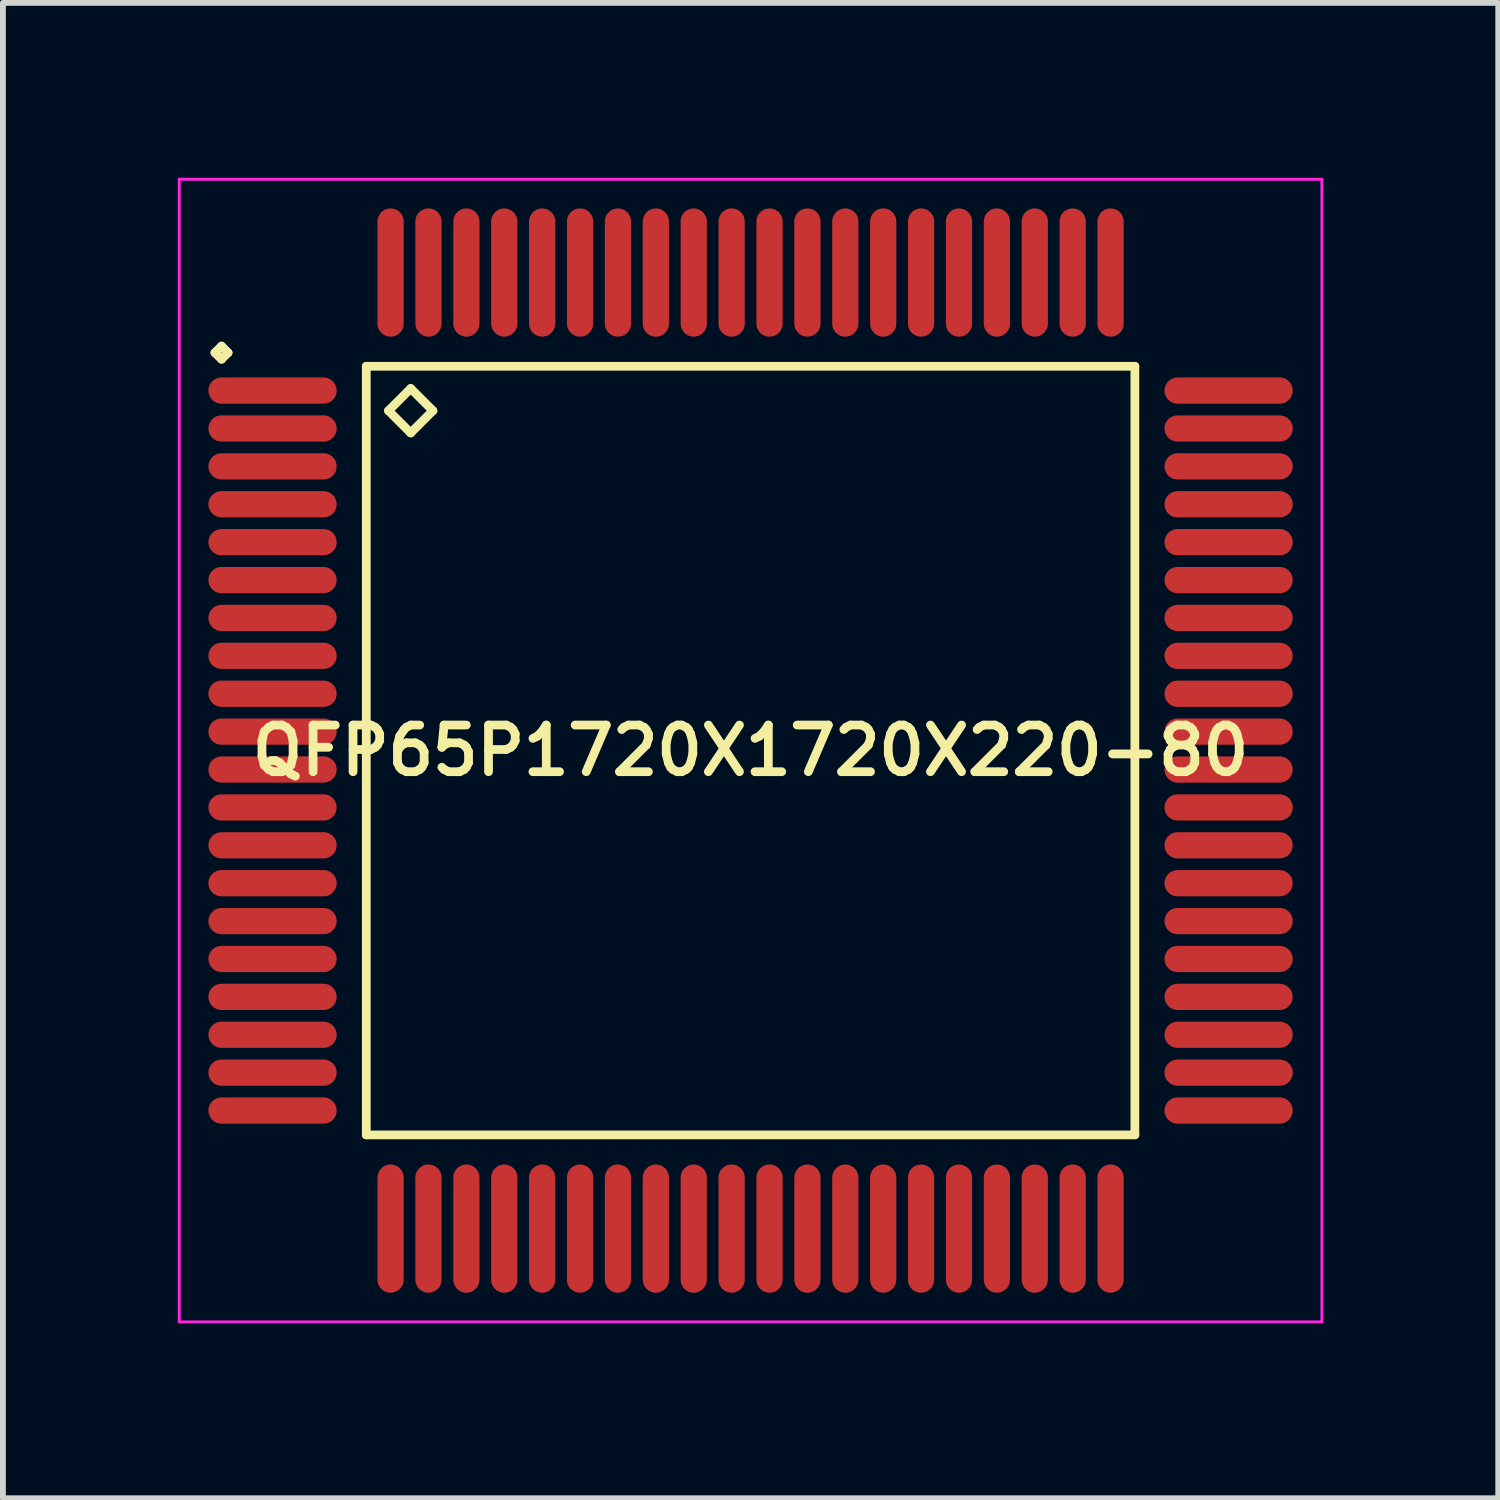
<source format=kicad_pcb>
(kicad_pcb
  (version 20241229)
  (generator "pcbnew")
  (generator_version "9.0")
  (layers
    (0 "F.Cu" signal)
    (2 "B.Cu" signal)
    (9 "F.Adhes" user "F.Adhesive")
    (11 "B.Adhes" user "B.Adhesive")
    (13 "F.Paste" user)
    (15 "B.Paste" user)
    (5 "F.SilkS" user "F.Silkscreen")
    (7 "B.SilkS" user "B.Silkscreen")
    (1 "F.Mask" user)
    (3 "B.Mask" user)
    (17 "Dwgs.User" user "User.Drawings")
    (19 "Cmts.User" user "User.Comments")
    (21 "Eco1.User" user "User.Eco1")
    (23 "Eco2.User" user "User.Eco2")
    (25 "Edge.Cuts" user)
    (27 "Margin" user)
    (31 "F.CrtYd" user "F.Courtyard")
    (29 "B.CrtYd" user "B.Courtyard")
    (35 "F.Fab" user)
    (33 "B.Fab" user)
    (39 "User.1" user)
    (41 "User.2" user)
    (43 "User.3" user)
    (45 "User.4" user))
  (footprint "QFP65P1720X1720X220-80"
    (layer "F.Cu")
    (at 9.825 9.825)
    (property "Reference" "QFP65P1720X1720X220-80" (at 0 0 0) (layer "F.SilkS") (effects (font (size 0.8 0.8) (thickness 0.15))))
    (attr smd)
    (fp_line (start -9.188 -6.825) (end -9.075 -6.938) (stroke (width 0.15) (type solid)) (layer "F.SilkS"))
    (fp_line (start -9.075 -6.938) (end -8.963 -6.825) (stroke (width 0.15) (type solid)) (layer "F.SilkS"))
    (fp_line (start -9.075 -6.713) (end -9.188 -6.825) (stroke (width 0.15) (type solid)) (layer "F.SilkS"))
    (fp_line (start -8.963 -6.825) (end -9.075 -6.713) (stroke (width 0.15) (type solid)) (layer "F.SilkS"))
    (fp_line (start -6.592 -6.592) (end -6.592 6.592) (stroke (width 0.15) (type solid)) (layer "F.SilkS"))
    (fp_line (start -6.592 6.592) (end 6.592 6.592) (stroke (width 0.15) (type solid)) (layer "F.SilkS"))
    (fp_line (start -6.211 -5.83) (end -5.83 -6.211) (stroke (width 0.15) (type solid)) (layer "F.SilkS"))
    (fp_line (start -5.83 -6.211) (end -5.449 -5.83) (stroke (width 0.15) (type solid)) (layer "F.SilkS"))
    (fp_line (start -5.83 -5.449) (end -6.211 -5.83) (stroke (width 0.15) (type solid)) (layer "F.SilkS"))
    (fp_line (start -5.449 -5.83) (end -5.83 -5.449) (stroke (width 0.15) (type solid)) (layer "F.SilkS"))
    (fp_line (start 6.592 -6.592) (end -6.592 -6.592) (stroke (width 0.15) (type solid)) (layer "F.SilkS"))
    (fp_line (start 6.592 6.592) (end 6.592 -6.592) (stroke (width 0.15) (type solid)) (layer "F.SilkS"))
    (fp_line (start -9.8 -9.8) (end 9.8 -9.8) (stroke (width 0.05) (type solid)) (layer "F.CrtYd"))
    (fp_line (start -9.8 9.8) (end -9.8 -9.8) (stroke (width 0.05) (type solid)) (layer "F.CrtYd"))
    (fp_line (start 9.8 -9.8) (end 9.8 9.8) (stroke (width 0.05) (type solid)) (layer "F.CrtYd"))
    (fp_line (start 9.8 9.8) (end -9.8 9.8) (stroke (width 0.05) (type solid)) (layer "F.CrtYd"))
    (pad "1" smd oval (at -8.2 -6.175) (size 2.2 0.45) (layers "F.Cu" "F.Mask" "F.Paste"))
    (pad "2" smd oval (at -8.2 -5.525) (size 2.2 0.45) (layers "F.Cu" "F.Mask" "F.Paste"))
    (pad "3" smd oval (at -8.2 -4.875) (size 2.2 0.45) (layers "F.Cu" "F.Mask" "F.Paste"))
    (pad "4" smd oval (at -8.2 -4.225) (size 2.2 0.45) (layers "F.Cu" "F.Mask" "F.Paste"))
    (pad "5" smd oval (at -8.2 -3.575) (size 2.2 0.45) (layers "F.Cu" "F.Mask" "F.Paste"))
    (pad "6" smd oval (at -8.2 -2.925) (size 2.2 0.45) (layers "F.Cu" "F.Mask" "F.Paste"))
    (pad "7" smd oval (at -8.2 -2.275) (size 2.2 0.45) (layers "F.Cu" "F.Mask" "F.Paste"))
    (pad "8" smd oval (at -8.2 -1.625) (size 2.2 0.45) (layers "F.Cu" "F.Mask" "F.Paste"))
    (pad "9" smd oval (at -8.2 -0.975) (size 2.2 0.45) (layers "F.Cu" "F.Mask" "F.Paste"))
    (pad "10" smd oval (at -8.2 -0.325) (size 2.2 0.45) (layers "F.Cu" "F.Mask" "F.Paste"))
    (pad "11" smd oval (at -8.2 0.325) (size 2.2 0.45) (layers "F.Cu" "F.Mask" "F.Paste"))
    (pad "12" smd oval (at -8.2 0.975) (size 2.2 0.45) (layers "F.Cu" "F.Mask" "F.Paste"))
    (pad "13" smd oval (at -8.2 1.625) (size 2.2 0.45) (layers "F.Cu" "F.Mask" "F.Paste"))
    (pad "14" smd oval (at -8.2 2.275) (size 2.2 0.45) (layers "F.Cu" "F.Mask" "F.Paste"))
    (pad "15" smd oval (at -8.2 2.925) (size 2.2 0.45) (layers "F.Cu" "F.Mask" "F.Paste"))
    (pad "16" smd oval (at -8.2 3.575) (size 2.2 0.45) (layers "F.Cu" "F.Mask" "F.Paste"))
    (pad "17" smd oval (at -8.2 4.225) (size 2.2 0.45) (layers "F.Cu" "F.Mask" "F.Paste"))
    (pad "18" smd oval (at -8.2 4.875) (size 2.2 0.45) (layers "F.Cu" "F.Mask" "F.Paste"))
    (pad "19" smd oval (at -8.2 5.525) (size 2.2 0.45) (layers "F.Cu" "F.Mask" "F.Paste"))
    (pad "20" smd oval (at -8.2 6.175) (size 2.2 0.45) (layers "F.Cu" "F.Mask" "F.Paste"))
    (pad "21" smd oval (at -6.175 8.2) (size 0.45 2.2) (layers "F.Cu" "F.Mask" "F.Paste"))
    (pad "22" smd oval (at -5.525 8.2) (size 0.45 2.2) (layers "F.Cu" "F.Mask" "F.Paste"))
    (pad "23" smd oval (at -4.875 8.2) (size 0.45 2.2) (layers "F.Cu" "F.Mask" "F.Paste"))
    (pad "24" smd oval (at -4.225 8.2) (size 0.45 2.2) (layers "F.Cu" "F.Mask" "F.Paste"))
    (pad "25" smd oval (at -3.575 8.2) (size 0.45 2.2) (layers "F.Cu" "F.Mask" "F.Paste"))
    (pad "26" smd oval (at -2.925 8.2) (size 0.45 2.2) (layers "F.Cu" "F.Mask" "F.Paste"))
    (pad "27" smd oval (at -2.275 8.2) (size 0.45 2.2) (layers "F.Cu" "F.Mask" "F.Paste"))
    (pad "28" smd oval (at -1.625 8.2) (size 0.45 2.2) (layers "F.Cu" "F.Mask" "F.Paste"))
    (pad "29" smd oval (at -0.975 8.2) (size 0.45 2.2) (layers "F.Cu" "F.Mask" "F.Paste"))
    (pad "30" smd oval (at -0.325 8.2) (size 0.45 2.2) (layers "F.Cu" "F.Mask" "F.Paste"))
    (pad "31" smd oval (at 0.325 8.2) (size 0.45 2.2) (layers "F.Cu" "F.Mask" "F.Paste"))
    (pad "32" smd oval (at 0.975 8.2) (size 0.45 2.2) (layers "F.Cu" "F.Mask" "F.Paste"))
    (pad "33" smd oval (at 1.625 8.2) (size 0.45 2.2) (layers "F.Cu" "F.Mask" "F.Paste"))
    (pad "34" smd oval (at 2.275 8.2) (size 0.45 2.2) (layers "F.Cu" "F.Mask" "F.Paste"))
    (pad "35" smd oval (at 2.925 8.2) (size 0.45 2.2) (layers "F.Cu" "F.Mask" "F.Paste"))
    (pad "36" smd oval (at 3.575 8.2) (size 0.45 2.2) (layers "F.Cu" "F.Mask" "F.Paste"))
    (pad "37" smd oval (at 4.225 8.2) (size 0.45 2.2) (layers "F.Cu" "F.Mask" "F.Paste"))
    (pad "38" smd oval (at 4.875 8.2) (size 0.45 2.2) (layers "F.Cu" "F.Mask" "F.Paste"))
    (pad "39" smd oval (at 5.525 8.2) (size 0.45 2.2) (layers "F.Cu" "F.Mask" "F.Paste"))
    (pad "40" smd oval (at 6.175 8.2) (size 0.45 2.2) (layers "F.Cu" "F.Mask" "F.Paste"))
    (pad "41" smd oval (at 8.2 6.175) (size 2.2 0.45) (layers "F.Cu" "F.Mask" "F.Paste"))
    (pad "42" smd oval (at 8.2 5.525) (size 2.2 0.45) (layers "F.Cu" "F.Mask" "F.Paste"))
    (pad "43" smd oval (at 8.2 4.875) (size 2.2 0.45) (layers "F.Cu" "F.Mask" "F.Paste"))
    (pad "44" smd oval (at 8.2 4.225) (size 2.2 0.45) (layers "F.Cu" "F.Mask" "F.Paste"))
    (pad "45" smd oval (at 8.2 3.575) (size 2.2 0.45) (layers "F.Cu" "F.Mask" "F.Paste"))
    (pad "46" smd oval (at 8.2 2.925) (size 2.2 0.45) (layers "F.Cu" "F.Mask" "F.Paste"))
    (pad "47" smd oval (at 8.2 2.275) (size 2.2 0.45) (layers "F.Cu" "F.Mask" "F.Paste"))
    (pad "48" smd oval (at 8.2 1.625) (size 2.2 0.45) (layers "F.Cu" "F.Mask" "F.Paste"))
    (pad "49" smd oval (at 8.2 0.975) (size 2.2 0.45) (layers "F.Cu" "F.Mask" "F.Paste"))
    (pad "50" smd oval (at 8.2 0.325) (size 2.2 0.45) (layers "F.Cu" "F.Mask" "F.Paste"))
    (pad "51" smd oval (at 8.2 -0.325) (size 2.2 0.45) (layers "F.Cu" "F.Mask" "F.Paste"))
    (pad "52" smd oval (at 8.2 -0.975) (size 2.2 0.45) (layers "F.Cu" "F.Mask" "F.Paste"))
    (pad "53" smd oval (at 8.2 -1.625) (size 2.2 0.45) (layers "F.Cu" "F.Mask" "F.Paste"))
    (pad "54" smd oval (at 8.2 -2.275) (size 2.2 0.45) (layers "F.Cu" "F.Mask" "F.Paste"))
    (pad "55" smd oval (at 8.2 -2.925) (size 2.2 0.45) (layers "F.Cu" "F.Mask" "F.Paste"))
    (pad "56" smd oval (at 8.2 -3.575) (size 2.2 0.45) (layers "F.Cu" "F.Mask" "F.Paste"))
    (pad "57" smd oval (at 8.2 -4.225) (size 2.2 0.45) (layers "F.Cu" "F.Mask" "F.Paste"))
    (pad "58" smd oval (at 8.2 -4.875) (size 2.2 0.45) (layers "F.Cu" "F.Mask" "F.Paste"))
    (pad "59" smd oval (at 8.2 -5.525) (size 2.2 0.45) (layers "F.Cu" "F.Mask" "F.Paste"))
    (pad "60" smd oval (at 8.2 -6.175) (size 2.2 0.45) (layers "F.Cu" "F.Mask" "F.Paste"))
    (pad "61" smd oval (at 6.175 -8.2) (size 0.45 2.2) (layers "F.Cu" "F.Mask" "F.Paste"))
    (pad "62" smd oval (at 5.525 -8.2) (size 0.45 2.2) (layers "F.Cu" "F.Mask" "F.Paste"))
    (pad "63" smd oval (at 4.875 -8.2) (size 0.45 2.2) (layers "F.Cu" "F.Mask" "F.Paste"))
    (pad "64" smd oval (at 4.225 -8.2) (size 0.45 2.2) (layers "F.Cu" "F.Mask" "F.Paste"))
    (pad "65" smd oval (at 3.575 -8.2) (size 0.45 2.2) (layers "F.Cu" "F.Mask" "F.Paste"))
    (pad "66" smd oval (at 2.925 -8.2) (size 0.45 2.2) (layers "F.Cu" "F.Mask" "F.Paste"))
    (pad "67" smd oval (at 2.275 -8.2) (size 0.45 2.2) (layers "F.Cu" "F.Mask" "F.Paste"))
    (pad "68" smd oval (at 1.625 -8.2) (size 0.45 2.2) (layers "F.Cu" "F.Mask" "F.Paste"))
    (pad "69" smd oval (at 0.975 -8.2) (size 0.45 2.2) (layers "F.Cu" "F.Mask" "F.Paste"))
    (pad "70" smd oval (at 0.325 -8.2) (size 0.45 2.2) (layers "F.Cu" "F.Mask" "F.Paste"))
    (pad "71" smd oval (at -0.325 -8.2) (size 0.45 2.2) (layers "F.Cu" "F.Mask" "F.Paste"))
    (pad "72" smd oval (at -0.975 -8.2) (size 0.45 2.2) (layers "F.Cu" "F.Mask" "F.Paste"))
    (pad "73" smd oval (at -1.625 -8.2) (size 0.45 2.2) (layers "F.Cu" "F.Mask" "F.Paste"))
    (pad "74" smd oval (at -2.275 -8.2) (size 0.45 2.2) (layers "F.Cu" "F.Mask" "F.Paste"))
    (pad "75" smd oval (at -2.925 -8.2) (size 0.45 2.2) (layers "F.Cu" "F.Mask" "F.Paste"))
    (pad "76" smd oval (at -3.575 -8.2) (size 0.45 2.2) (layers "F.Cu" "F.Mask" "F.Paste"))
    (pad "77" smd oval (at -4.225 -8.2) (size 0.45 2.2) (layers "F.Cu" "F.Mask" "F.Paste"))
    (pad "78" smd oval (at -4.875 -8.2) (size 0.45 2.2) (layers "F.Cu" "F.Mask" "F.Paste"))
    (pad "79" smd oval (at -5.525 -8.2) (size 0.45 2.2) (layers "F.Cu" "F.Mask" "F.Paste"))
    (pad "80" smd oval (at -6.175 -8.2) (size 0.45 2.2) (layers "F.Cu" "F.Mask" "F.Paste")))
  (gr_rect
    (start -3 -3)
    (end 22.65 22.65)
    (stroke (width 0.1) (type default))
    (fill no)
    (layer "Edge.Cuts")))
</source>
